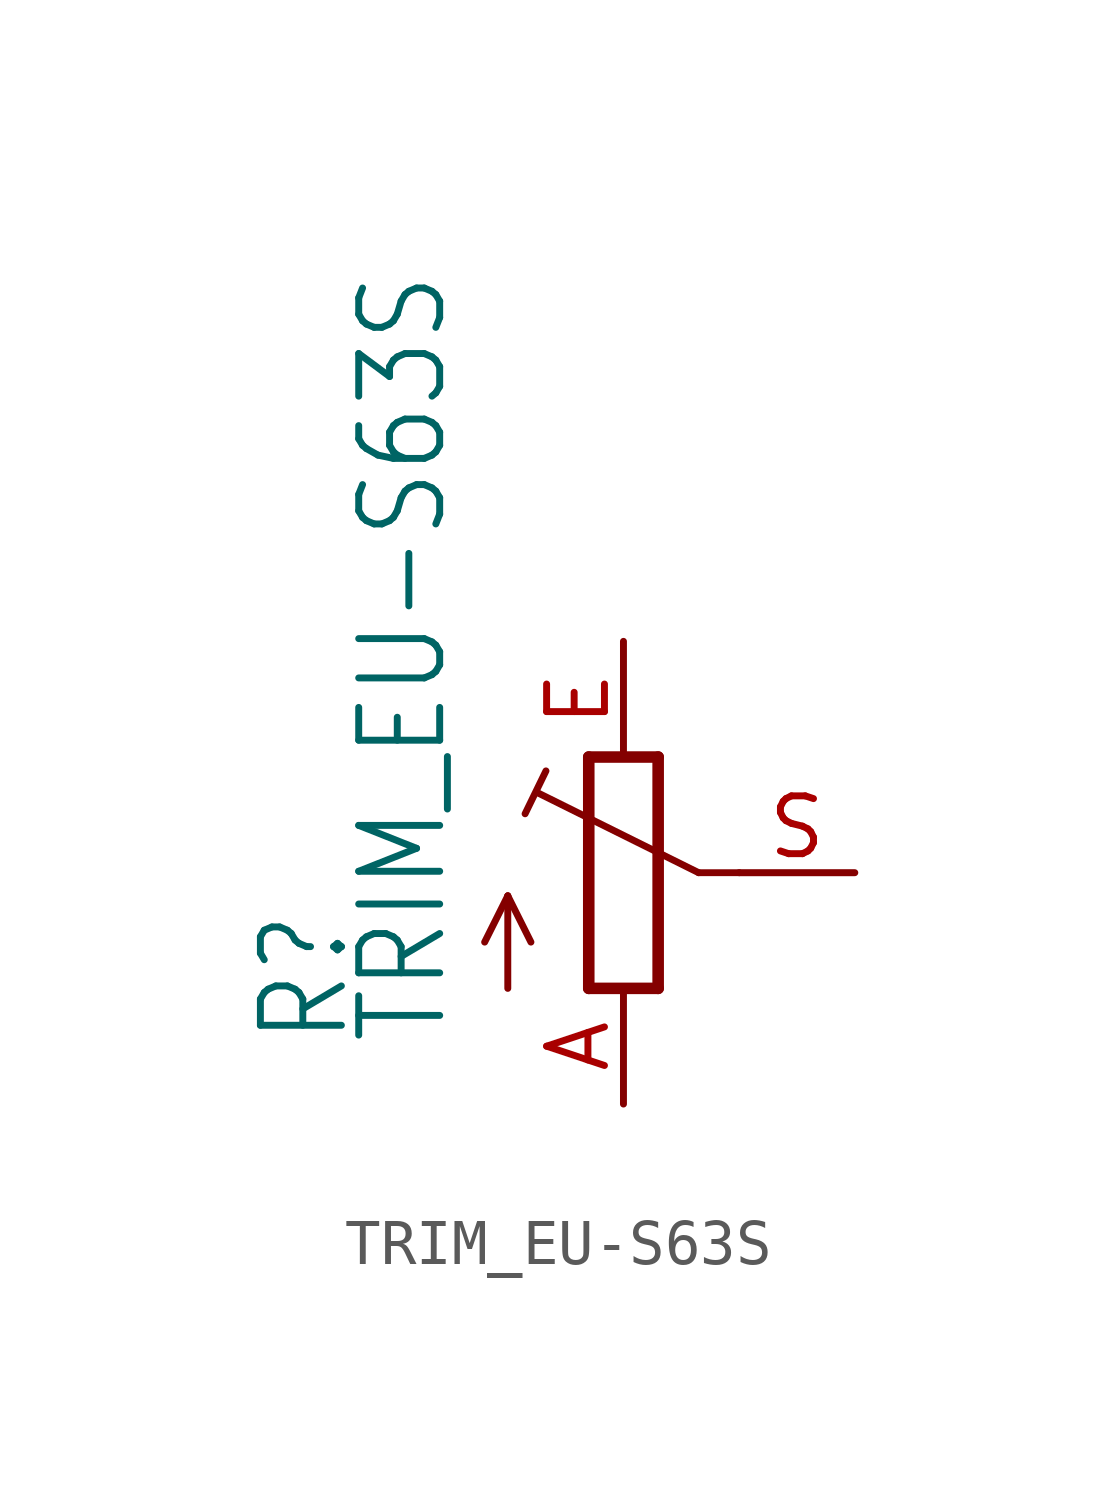
<source format=kicad_sym>
(kicad_symbol_lib
  (version 20211014)
  (generator kicad_symbol_editor)
  (symbol "TRIM_EU-S63S"
    (property "Reference" "R"
      (at -5.969 -3.81 90)
      (effects (font (size 1.778 1.511)) (justify left bottom)))
    (property "Value" "TRIM_EU-S63S"
      (at -3.81 -3.81 90)
      (effects (font (size 1.778 1.511)) (justify left bottom)))
    (property "ki_locked" ""
      (at 0 0 0)
      (effects (font (size 1.27 1.27))))
    (symbol "TRIM_EU-S63S_1_0"
      (polyline (pts (xy -2.54 -2.54) (xy -2.54 -0.508)) (stroke (width 0.152) (type default) (color 0 0 0 0)) (fill (type none)))
      (polyline (pts (xy -2.54 -0.508) (xy -3.048 -1.524)) (stroke (width 0.152) (type default) (color 0 0 0 0)) (fill (type none)))
      (polyline (pts (xy -2.54 -0.508) (xy -2.032 -1.524)) (stroke (width 0.152) (type default) (color 0 0 0 0)) (fill (type none)))
      (polyline (pts (xy -2.16 1.294) (xy -1.702 2.235)) (stroke (width 0.152) (type default) (color 0 0 0 0)) (fill (type none)))
      (polyline (pts (xy -0.762 -2.54) (xy 0.762 -2.54)) (stroke (width 0.254) (type default) (color 0 0 0 0)) (fill (type none)))
      (polyline (pts (xy -0.762 2.54) (xy -0.762 -2.54)) (stroke (width 0.254) (type default) (color 0 0 0 0)) (fill (type none)))
      (polyline (pts (xy 0.762 -2.54) (xy 0.762 2.54)) (stroke (width 0.254) (type default) (color 0 0 0 0)) (fill (type none)))
      (polyline (pts (xy 0.762 2.54) (xy -0.762 2.54)) (stroke (width 0.254) (type default) (color 0 0 0 0)) (fill (type none)))
      (polyline (pts (xy 1.651 0) (xy -1.88 1.753)) (stroke (width 0.152) (type default) (color 0 0 0 0)) (fill (type none)))
      (polyline (pts (xy 2.54 0) (xy 1.651 0)) (stroke (width 0.152) (type default) (color 0 0 0 0)) (fill (type none)))
      (pin passive line (at 0 -5.08 90) (length 2.54) (name "A" (effects (font (size 0 0)))) (number "A" (effects (font (size 1.27 1.27)))))
      (pin passive line (at 0 5.08 270) (length 2.54) (name "E" (effects (font (size 0 0)))) (number "E" (effects (font (size 1.27 1.27)))))
      (pin passive line (at 5.08 0 180) (length 2.54) (name "S" (effects (font (size 0 0)))) (number "S" (effects (font (size 1.27 1.27))))))))
</source>
